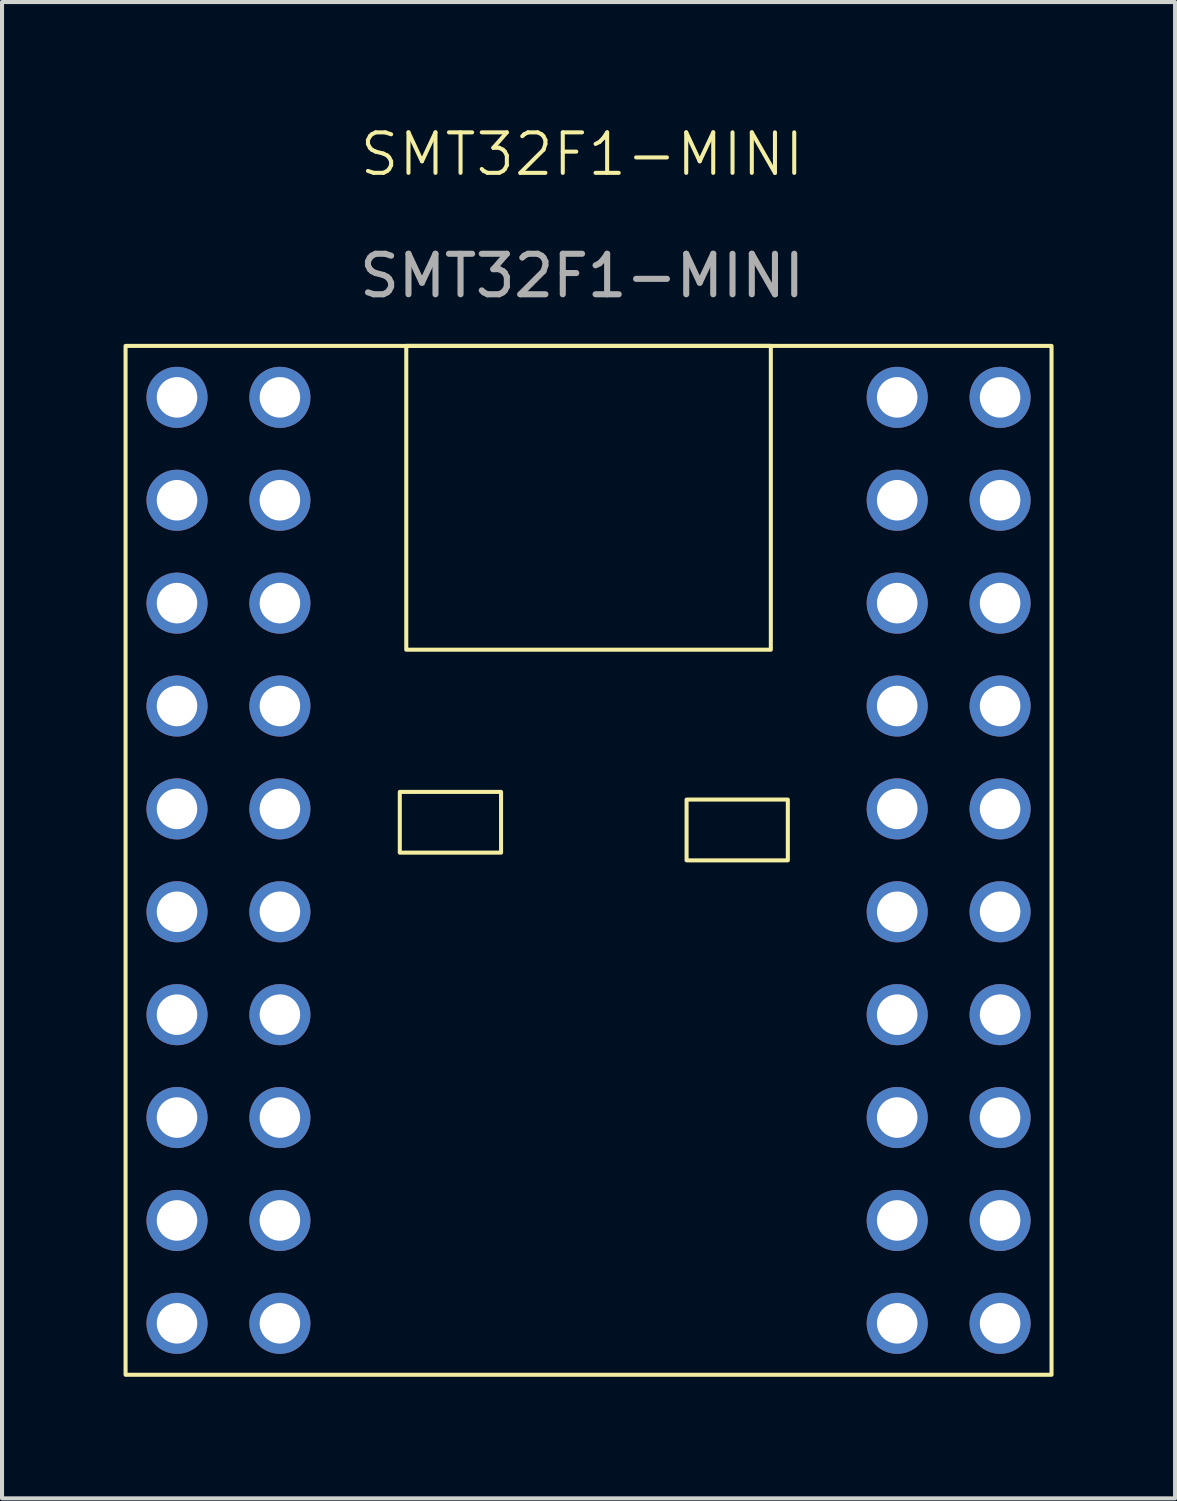
<source format=kicad_pcb>
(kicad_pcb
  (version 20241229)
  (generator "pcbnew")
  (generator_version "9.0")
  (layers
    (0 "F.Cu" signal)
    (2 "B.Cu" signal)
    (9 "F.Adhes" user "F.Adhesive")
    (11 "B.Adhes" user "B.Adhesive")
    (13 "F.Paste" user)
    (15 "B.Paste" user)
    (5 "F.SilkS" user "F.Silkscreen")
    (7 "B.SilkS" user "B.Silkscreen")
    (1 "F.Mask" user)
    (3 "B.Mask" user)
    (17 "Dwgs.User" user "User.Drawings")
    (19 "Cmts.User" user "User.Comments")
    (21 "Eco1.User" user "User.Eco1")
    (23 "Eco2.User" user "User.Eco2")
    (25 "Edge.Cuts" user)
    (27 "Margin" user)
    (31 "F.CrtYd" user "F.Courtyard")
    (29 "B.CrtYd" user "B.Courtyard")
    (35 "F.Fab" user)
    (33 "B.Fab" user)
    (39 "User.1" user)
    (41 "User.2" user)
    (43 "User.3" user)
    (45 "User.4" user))
  (footprint "SMT32F1-MINI"
    (layer "F.Cu")
    (at 11.32 1.26)
    (property "Reference" "SMT32F1-MINI" (at 0 -0.5 0) (unlocked yes) (layer "F.SilkS") (effects (font (size 1 1) (thickness 0.1))))
    (fp_rect (start -11.27 4.23) (end 11.59 29.63) (stroke (width 0.1) (type default)) (fill no) (layer "F.SilkS"))
    (fp_rect (start -4.5 15.24) (end -2 16.74) (stroke (width 0.1) (type default)) (fill no) (layer "F.SilkS"))
    (fp_rect (start -4.34 4.23) (end 4.66 11.73) (stroke (width 0.1) (type default)) (fill no) (layer "F.SilkS"))
    (fp_rect (start 2.58 15.43) (end 5.08 16.93) (stroke (width 0.1) (type default)) (fill no) (layer "F.SilkS"))
    (fp_text user "${REFERENCE}" (at 0 2.5 0) (unlocked yes) (layer "F.Fab") (effects (font (size 1 1) (thickness 0.15))))
    (pad "1" thru_hole circle (at -10 5.5) (size 1.508 1.508) (drill 1) (layers "*.Cu" "*.Mask"))
    (pad "2" thru_hole circle (at -10 8.04) (size 1.508 1.508) (drill 1) (layers "*.Cu" "*.Mask"))
    (pad "3" thru_hole circle (at -10 10.58) (size 1.508 1.508) (drill 1) (layers "*.Cu" "*.Mask"))
    (pad "4" thru_hole circle (at -10 13.12) (size 1.508 1.508) (drill 1) (layers "*.Cu" "*.Mask"))
    (pad "5" thru_hole circle (at -10 15.66) (size 1.508 1.508) (drill 1) (layers "*.Cu" "*.Mask"))
    (pad "6" thru_hole circle (at -10 18.2) (size 1.508 1.508) (drill 1) (layers "*.Cu" "*.Mask"))
    (pad "7" thru_hole circle (at -10 20.74) (size 1.508 1.508) (drill 1) (layers "*.Cu" "*.Mask"))
    (pad "8" thru_hole circle (at -10 23.28) (size 1.508 1.508) (drill 1) (layers "*.Cu" "*.Mask"))
    (pad "9" thru_hole circle (at -10 25.82) (size 1.508 1.508) (drill 1) (layers "*.Cu" "*.Mask"))
    (pad "10" thru_hole circle (at -10 28.36) (size 1.508 1.508) (drill 1) (layers "*.Cu" "*.Mask"))
    (pad "11" thru_hole circle (at -7.46 5.5) (size 1.508 1.508) (drill 1) (layers "*.Cu" "*.Mask"))
    (pad "12" thru_hole circle (at -7.46 8.04) (size 1.508 1.508) (drill 1) (layers "*.Cu" "*.Mask"))
    (pad "13" thru_hole circle (at -7.46 10.58) (size 1.508 1.508) (drill 1) (layers "*.Cu" "*.Mask"))
    (pad "14" thru_hole circle (at -7.46 13.12) (size 1.508 1.508) (drill 1) (layers "*.Cu" "*.Mask"))
    (pad "15" thru_hole circle (at -7.46 15.66) (size 1.508 1.508) (drill 1) (layers "*.Cu" "*.Mask"))
    (pad "16" thru_hole circle (at -7.46 18.2) (size 1.508 1.508) (drill 1) (layers "*.Cu" "*.Mask"))
    (pad "17" thru_hole circle (at -7.46 20.74) (size 1.508 1.508) (drill 1) (layers "*.Cu" "*.Mask"))
    (pad "18" thru_hole circle (at -7.46 23.28) (size 1.508 1.508) (drill 1) (layers "*.Cu" "*.Mask"))
    (pad "19" thru_hole circle (at -7.46 25.82) (size 1.508 1.508) (drill 1) (layers "*.Cu" "*.Mask"))
    (pad "20" thru_hole circle (at -7.46 28.36) (size 1.508 1.508) (drill 1) (layers "*.Cu" "*.Mask"))
    (pad "21" thru_hole circle (at 7.78 5.5) (size 1.508 1.508) (drill 1) (layers "*.Cu" "*.Mask"))
    (pad "22" thru_hole circle (at 7.78 8.04) (size 1.508 1.508) (drill 1) (layers "*.Cu" "*.Mask"))
    (pad "23" thru_hole circle (at 7.78 10.58) (size 1.508 1.508) (drill 1) (layers "*.Cu" "*.Mask"))
    (pad "24" thru_hole circle (at 7.78 13.12) (size 1.508 1.508) (drill 1) (layers "*.Cu" "*.Mask"))
    (pad "25" thru_hole circle (at 7.78 15.66) (size 1.508 1.508) (drill 1) (layers "*.Cu" "*.Mask"))
    (pad "26" thru_hole circle (at 7.78 18.2) (size 1.508 1.508) (drill 1) (layers "*.Cu" "*.Mask"))
    (pad "27" thru_hole circle (at 7.78 20.74) (size 1.508 1.508) (drill 1) (layers "*.Cu" "*.Mask"))
    (pad "28" thru_hole circle (at 7.78 23.28) (size 1.508 1.508) (drill 1) (layers "*.Cu" "*.Mask"))
    (pad "29" thru_hole circle (at 7.78 25.82) (size 1.508 1.508) (drill 1) (layers "*.Cu" "*.Mask"))
    (pad "30" thru_hole circle (at 7.78 28.36) (size 1.508 1.508) (drill 1) (layers "*.Cu" "*.Mask"))
    (pad "31" thru_hole circle (at 10.32 5.5) (size 1.508 1.508) (drill 1) (layers "*.Cu" "*.Mask"))
    (pad "32" thru_hole circle (at 10.32 8.04) (size 1.508 1.508) (drill 1) (layers "*.Cu" "*.Mask"))
    (pad "33" thru_hole circle (at 10.32 10.58) (size 1.508 1.508) (drill 1) (layers "*.Cu" "*.Mask"))
    (pad "34" thru_hole circle (at 10.32 13.12) (size 1.508 1.508) (drill 1) (layers "*.Cu" "*.Mask"))
    (pad "35" thru_hole circle (at 10.32 15.66) (size 1.508 1.508) (drill 1) (layers "*.Cu" "*.Mask"))
    (pad "36" thru_hole circle (at 10.32 18.2) (size 1.508 1.508) (drill 1) (layers "*.Cu" "*.Mask"))
    (pad "37" thru_hole circle (at 10.32 20.74) (size 1.508 1.508) (drill 1) (layers "*.Cu" "*.Mask"))
    (pad "38" thru_hole circle (at 10.32 23.28) (size 1.508 1.508) (drill 1) (layers "*.Cu" "*.Mask"))
    (pad "39" thru_hole circle (at 10.32 25.82) (size 1.508 1.508) (drill 1) (layers "*.Cu" "*.Mask"))
    (pad "40" thru_hole circle (at 10.32 28.36) (size 1.508 1.508) (drill 1) (layers "*.Cu" "*.Mask")))
  (gr_rect
    (start -3 -3)
    (end 25.96 33.941)
    (stroke (width 0.1) (type default))
    (fill no)
    (layer "Edge.Cuts")))
</source>
